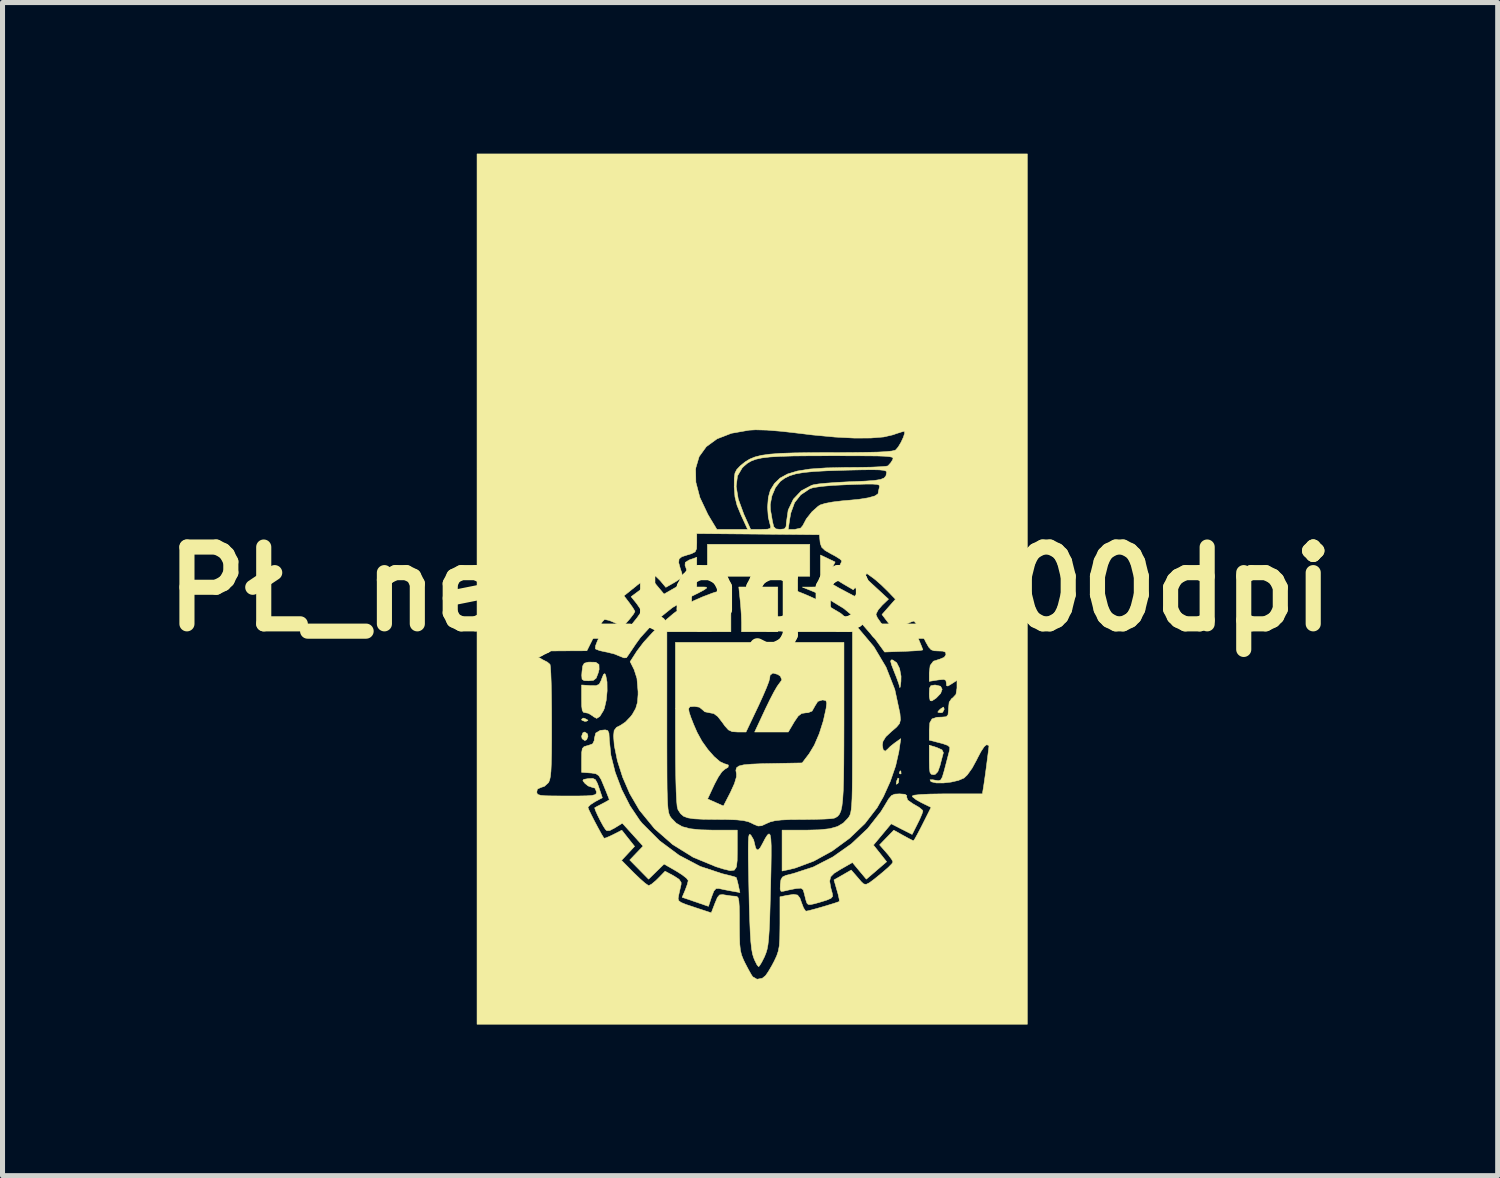
<source format=kicad_pcb>
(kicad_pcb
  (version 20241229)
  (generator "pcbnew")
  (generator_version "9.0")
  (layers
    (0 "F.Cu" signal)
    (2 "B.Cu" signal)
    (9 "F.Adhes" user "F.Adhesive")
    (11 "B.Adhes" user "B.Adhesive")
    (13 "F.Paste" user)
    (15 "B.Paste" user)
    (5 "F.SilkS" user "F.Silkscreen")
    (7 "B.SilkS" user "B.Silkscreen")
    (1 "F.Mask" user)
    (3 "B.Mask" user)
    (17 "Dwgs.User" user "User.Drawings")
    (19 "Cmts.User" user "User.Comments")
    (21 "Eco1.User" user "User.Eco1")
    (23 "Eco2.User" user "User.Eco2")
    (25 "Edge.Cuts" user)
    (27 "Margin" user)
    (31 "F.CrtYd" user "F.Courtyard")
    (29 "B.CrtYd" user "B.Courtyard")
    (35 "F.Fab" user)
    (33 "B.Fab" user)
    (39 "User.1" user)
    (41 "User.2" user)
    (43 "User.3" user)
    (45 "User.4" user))
  (footprint "PŁ_neg_logo_600dpi"
    (layer "F.Cu")
    (at 11.836 8.641)
    (property "Reference" "PŁ_neg_logo_600dpi" (at 0 0 0) (layer "F.SilkS") (effects (font (size 1.524 1.524) (thickness 0.3))))
    (attr through_hole)
    (fp_poly (pts (xy 1.185 -0.254) (xy -0.847 -0.254) (xy -0.847 -0.889) (xy 1.185 -0.889) (xy 1.185 -0.254)) (stroke (width 0.01) (type solid)) (fill yes) (layer "F.SilkS"))
    (fp_poly (pts (xy 2.992 3.612) (xy 2.997 3.663) (xy 2.992 3.669) (xy 2.966 3.663) (xy 2.963 3.641) (xy 2.979 3.606) (xy 2.992 3.612)) (stroke (width 0.01) (type solid)) (fill yes) (layer "F.SilkS"))
    (fp_poly (pts (xy 2.954 3.762) (xy 2.945 3.839) (xy 2.928 3.862) (xy 2.9 3.873) (xy 2.908 3.811) (xy 2.91 3.807) (xy 2.935 3.75) (xy 2.954 3.762)) (stroke (width 0.01) (type solid)) (fill yes) (layer "F.SilkS"))
    (fp_poly (pts (xy -3.281 2.567) (xy -3.225 2.597) (xy -3.217 2.608) (xy -3.252 2.623) (xy -3.281 2.625) (xy -3.337 2.603) (xy -3.344 2.584) (xy -3.313 2.56) (xy -3.281 2.567)) (stroke (width 0.01) (type solid)) (fill yes) (layer "F.SilkS"))
    (fp_poly (pts (xy -3.229 2.872) (xy -3.217 2.921) (xy -3.244 2.99) (xy -3.281 3.006) (xy -3.333 2.97) (xy -3.344 2.921) (xy -3.318 2.852) (xy -3.281 2.836) (xy -3.229 2.872)) (stroke (width 0.01) (type solid)) (fill yes) (layer "F.SilkS"))
    (fp_poly (pts (xy 0.55 0.847) (xy -0.169 0.847) (xy -0.169 0.662) (xy -0.174 0.514) (xy -0.186 0.332) (xy -0.197 0.218) (xy -0.224 -0.042) (xy 0.55 -0.042) (xy 0.55 0.847)) (stroke (width 0.01) (type solid)) (fill yes) (layer "F.SilkS"))
    (fp_poly (pts (xy 3.852 2.38) (xy 3.852 2.387) (xy 3.821 2.446) (xy 3.789 2.455) (xy 3.732 2.447) (xy 3.725 2.439) (xy 3.753 2.403) (xy 3.789 2.371) (xy 3.839 2.341) (xy 3.852 2.38)) (stroke (width 0.01) (type solid)) (fill yes) (layer "F.SilkS"))
    (fp_poly (pts (xy 3.78 1.928) (xy 3.812 1.987) (xy 3.782 2.07) (xy 3.695 2.161) (xy 3.609 2.219) (xy 3.574 2.214) (xy 3.558 2.142) (xy 3.556 2.077) (xy 3.561 1.967) (xy 3.587 1.918) (xy 3.653 1.905) (xy 3.683 1.905) (xy 3.78 1.928)) (stroke (width 0.01) (type solid)) (fill yes) (layer "F.SilkS"))
    (fp_poly (pts (xy 2.829 1.406) (xy 2.909 1.461) (xy 2.967 1.576) (xy 2.996 1.729) (xy 2.994 1.831) (xy 2.983 1.925) (xy 2.973 1.958) (xy 2.97 1.947) (xy 2.95 1.876) (xy 2.907 1.756) (xy 2.86 1.638) (xy 2.808 1.504) (xy 2.789 1.432) (xy 2.801 1.405) (xy 2.829 1.406)) (stroke (width 0.01) (type solid)) (fill yes) (layer "F.SilkS"))
    (fp_poly (pts (xy -3.063 1.452) (xy -2.999 1.497) (xy -2.996 1.594) (xy -3.014 1.663) (xy -3.054 1.767) (xy -3.109 1.811) (xy -3.206 1.82) (xy -3.295 1.816) (xy -3.335 1.788) (xy -3.341 1.712) (xy -3.336 1.64) (xy -3.322 1.526) (xy -3.291 1.472) (xy -3.223 1.452) (xy -3.196 1.449) (xy -3.063 1.452)) (stroke (width 0.01) (type solid)) (fill yes) (layer "F.SilkS"))
    (fp_poly (pts (xy 3.705 3.144) (xy 3.809 3.191) (xy 3.836 3.246) (xy 3.834 3.256) (xy 3.812 3.338) (xy 3.78 3.46) (xy 3.769 3.503) (xy 3.726 3.624) (xy 3.674 3.677) (xy 3.639 3.683) (xy 3.595 3.674) (xy 3.57 3.637) (xy 3.559 3.552) (xy 3.556 3.402) (xy 3.556 3.391) (xy 3.556 3.098) (xy 3.705 3.144)) (stroke (width 0.01) (type solid)) (fill yes) (layer "F.SilkS"))
    (fp_poly (pts (xy -2.865 1.71) (xy -2.839 1.844) (xy -2.837 2.021) (xy -2.855 2.207) (xy -2.891 2.364) (xy -2.91 2.41) (xy -2.982 2.527) (xy -3.044 2.566) (xy -3.108 2.533) (xy -3.124 2.517) (xy -3.211 2.464) (xy -3.261 2.455) (xy -3.306 2.446) (xy -3.331 2.407) (xy -3.342 2.319) (xy -3.344 2.179) (xy -3.344 1.903) (xy -3.169 1.915) (xy -3.056 1.916) (xy -2.995 1.889) (xy -2.956 1.815) (xy -2.944 1.78) (xy -2.908 1.692) (xy -2.883 1.678) (xy -2.865 1.71)) (stroke (width 0.01) (type solid)) (fill yes) (layer "F.SilkS"))
    (fp_poly (pts (xy 1.543 -0.607) (xy 1.688 -0.537) (xy 1.606 -0.376) (xy 1.555 -0.269) (xy 1.527 -0.194) (xy 1.524 -0.182) (xy 1.559 -0.147) (xy 1.651 -0.086) (xy 1.78 -0.012) (xy 1.799 -0.003) (xy 2.073 0.143) (xy 2.211 -0.012) (xy 2.349 -0.167) (xy 2.548 0.016) (xy 2.747 0.2) (xy 2.622 0.32) (xy 2.543 0.411) (xy 2.502 0.49) (xy 2.499 0.505) (xy 2.527 0.571) (xy 2.598 0.672) (xy 2.671 0.759) (xy 2.84 0.946) (xy 3.034 0.852) (xy 3.146 0.801) (xy 3.223 0.773) (xy 3.241 0.772) (xy 3.264 0.815) (xy 3.306 0.907) (xy 3.355 1.021) (xy 3.399 1.126) (xy 3.426 1.196) (xy 3.429 1.207) (xy 3.39 1.215) (xy 3.285 1.224) (xy 3.133 1.232) (xy 3.05 1.235) (xy 2.67 1.249) (xy 2.489 0.999) (xy 2.206 0.673) (xy 1.861 0.385) (xy 1.476 0.15) (xy 1.275 0.057) (xy 1.037 -0.04) (xy 1.397 -0.042) (xy 1.397 -0.676) (xy 1.543 -0.607)) (stroke (width 0.01) (type solid)) (fill yes) (layer "F.SilkS"))
    (fp_poly (pts (xy 0.398 4.88) (xy 0.412 4.957) (xy 0.419 5.094) (xy 0.419 5.296) (xy 0.415 5.571) (xy 0.407 5.923) (xy 0.406 5.952) (xy 0.397 6.298) (xy 0.389 6.57) (xy 0.379 6.78) (xy 0.368 6.938) (xy 0.355 7.057) (xy 0.338 7.148) (xy 0.316 7.221) (xy 0.289 7.288) (xy 0.288 7.292) (xy 0.231 7.405) (xy 0.186 7.478) (xy 0.168 7.493) (xy 0.137 7.457) (xy 0.092 7.367) (xy 0.07 7.313) (xy 0.048 7.24) (xy 0.03 7.139) (xy 0.015 7.001) (xy 0.003 6.816) (xy -0.007 6.574) (xy -0.017 6.265) (xy -0.023 5.969) (xy -0.03 5.625) (xy -0.035 5.357) (xy -0.036 5.158) (xy -0.034 5.017) (xy -0.029 4.927) (xy -0.019 4.88) (xy -0.006 4.867) (xy 0.012 4.88) (xy 0.018 4.887) (xy 0.071 4.977) (xy 0.085 5.035) (xy 0.108 5.13) (xy 0.124 5.16) (xy 0.157 5.179) (xy 0.201 5.134) (xy 0.249 5.047) (xy 0.302 4.946) (xy 0.344 4.881) (xy 0.376 4.857) (xy 0.398 4.88)) (stroke (width 0.01) (type solid)) (fill yes) (layer "F.SilkS"))
    (fp_poly (pts (xy -1.058 -0.042) (xy -0.921 -0.042) (xy -0.868 -0.038) (xy -0.862 -0.021) (xy -0.912 0.015) (xy -1.025 0.076) (xy -1.165 0.145) (xy -1.543 0.368) (xy -1.887 0.645) (xy -2.174 0.959) (xy -2.267 1.087) (xy -2.352 1.214) (xy -2.419 1.313) (xy -2.454 1.362) (xy -2.454 1.362) (xy -2.503 1.365) (xy -2.582 1.333) (xy -2.693 1.288) (xy -2.836 1.252) (xy -2.869 1.246) (xy -2.984 1.221) (xy -3.06 1.192) (xy -3.071 1.182) (xy -3.067 1.126) (xy -3.029 1.027) (xy -3.009 0.986) (xy -2.932 0.844) (xy -2.878 0.765) (xy -2.827 0.74) (xy -2.761 0.758) (xy -2.676 0.8) (xy -2.504 0.887) (xy -2.332 0.681) (xy -2.242 0.569) (xy -2.18 0.48) (xy -2.159 0.439) (xy -2.184 0.385) (xy -2.244 0.297) (xy -2.26 0.276) (xy -2.361 0.151) (xy -2.146 -0.009) (xy -1.932 -0.169) (xy -1.82 -0.035) (xy -1.708 0.099) (xy -1.464 -0.041) (xy -1.324 -0.128) (xy -1.252 -0.204) (xy -1.237 -0.293) (xy -1.271 -0.418) (xy -1.291 -0.471) (xy -1.286 -0.53) (xy -1.21 -0.577) (xy -1.188 -0.585) (xy -1.058 -0.631) (xy -1.058 -0.042)) (stroke (width 0.01) (type solid)) (fill yes) (layer "F.SilkS"))
    (fp_poly (pts (xy 0.878 0.025) (xy 0.965 0.054) (xy 1.106 0.111) (xy 1.277 0.187) (xy 1.394 0.242) (xy 1.798 0.481) (xy 2.154 0.784) (xy 2.457 1.144) (xy 2.698 1.549) (xy 2.872 1.992) (xy 2.973 2.463) (xy 2.976 2.488) (xy 2.984 2.594) (xy 2.966 2.668) (xy 2.908 2.738) (xy 2.811 2.821) (xy 2.694 2.93) (xy 2.637 3.022) (xy 2.625 3.095) (xy 2.641 3.188) (xy 2.681 3.218) (xy 2.729 3.177) (xy 2.779 3.126) (xy 2.865 3.058) (xy 2.873 3.052) (xy 2.991 2.968) (xy 2.952 3.23) (xy 2.889 3.508) (xy 2.783 3.815) (xy 2.647 4.117) (xy 2.521 4.339) (xy 2.279 4.653) (xy 1.976 4.943) (xy 1.632 5.196) (xy 1.265 5.398) (xy 0.895 5.536) (xy 0.773 5.566) (xy 0.635 5.595) (xy 0.635 4.784) (xy 1.102 4.784) (xy 1.376 4.777) (xy 1.581 4.755) (xy 1.734 4.712) (xy 1.849 4.644) (xy 1.94 4.55) (xy 1.963 4.52) (xy 1.981 4.487) (xy 1.996 4.442) (xy 2.007 4.378) (xy 2.016 4.286) (xy 2.023 4.159) (xy 2.027 3.989) (xy 2.03 3.768) (xy 2.031 3.487) (xy 2.032 3.138) (xy 2.032 2.714) (xy 2.032 2.64) (xy 2.032 0.847) (xy 0.707 0.847) (xy 0.735 0.523) (xy 0.748 0.352) (xy 0.758 0.203) (xy 0.762 0.105) (xy 0.762 0.099) (xy 0.773 0.029) (xy 0.823 0.015) (xy 0.878 0.025)) (stroke (width 0.01) (type solid)) (fill yes) (layer "F.SilkS"))
    (fp_poly (pts (xy 3.073 4.072) (xy 3.111 4.099) (xy 3.107 4.125) (xy 3.127 4.187) (xy 3.23 4.26) (xy 3.256 4.274) (xy 3.359 4.335) (xy 3.421 4.388) (xy 3.429 4.405) (xy 3.411 4.464) (xy 3.365 4.571) (xy 3.322 4.658) (xy 3.216 4.869) (xy 3.008 4.764) (xy 2.8 4.658) (xy 2.624 4.869) (xy 2.448 5.08) (xy 2.579 5.245) (xy 2.71 5.411) (xy 2.509 5.584) (xy 2.307 5.757) (xy 2.169 5.592) (xy 2.031 5.426) (xy 1.797 5.56) (xy 1.669 5.639) (xy 1.599 5.71) (xy 1.579 5.796) (xy 1.6 5.923) (xy 1.632 6.04) (xy 1.639 6.096) (xy 1.606 6.136) (xy 1.519 6.173) (xy 1.436 6.199) (xy 1.288 6.242) (xy 1.201 6.261) (xy 1.155 6.259) (xy 1.132 6.237) (xy 1.129 6.234) (xy 1.108 6.174) (xy 1.082 6.07) (xy 1.08 6.06) (xy 1.054 5.968) (xy 1.012 5.935) (xy 0.922 5.942) (xy 0.895 5.946) (xy 0.77 5.971) (xy 0.671 5.994) (xy 0.664 5.996) (xy 0.615 5.999) (xy 0.597 5.956) (xy 0.6 5.859) (xy 0.612 5.769) (xy 0.642 5.715) (xy 0.711 5.681) (xy 0.841 5.649) (xy 0.85 5.647) (xy 1.25 5.517) (xy 1.642 5.316) (xy 2.009 5.057) (xy 2.333 4.753) (xy 2.597 4.417) (xy 2.674 4.292) (xy 2.749 4.166) (xy 2.807 4.097) (xy 2.872 4.069) (xy 2.966 4.064) (xy 3.073 4.072)) (stroke (width 0.01) (type solid)) (fill yes) (layer "F.SilkS"))
    (fp_poly (pts (xy -0.416 0.013) (xy -0.396 0.062) (xy -0.386 0.16) (xy -0.381 0.323) (xy -0.381 0.423) (xy -0.381 0.847) (xy -1.651 0.847) (xy -1.651 2.64) (xy -1.651 3.077) (xy -1.65 3.436) (xy -1.649 3.727) (xy -1.647 3.958) (xy -1.642 4.136) (xy -1.636 4.269) (xy -1.628 4.365) (xy -1.617 4.433) (xy -1.602 4.481) (xy -1.585 4.515) (xy -1.563 4.545) (xy -1.559 4.55) (xy -1.465 4.646) (xy -1.35 4.713) (xy -1.196 4.755) (xy -0.989 4.777) (xy -0.721 4.784) (xy -0.254 4.784) (xy -0.254 5.186) (xy -0.256 5.387) (xy -0.271 5.514) (xy -0.312 5.577) (xy -0.394 5.588) (xy -0.53 5.555) (xy -0.677 5.509) (xy -1.128 5.323) (xy -1.537 5.069) (xy -1.896 4.754) (xy -2.196 4.387) (xy -2.389 4.057) (xy -2.529 3.733) (xy -2.633 3.407) (xy -2.695 3.103) (xy -2.709 2.916) (xy -2.698 2.806) (xy -2.65 2.743) (xy -2.578 2.708) (xy -2.474 2.639) (xy -2.369 2.529) (xy -2.335 2.484) (xy -2.269 2.367) (xy -2.235 2.25) (xy -2.223 2.095) (xy -2.223 2.035) (xy -2.245 1.773) (xy -2.301 1.598) (xy -2.38 1.44) (xy -2.246 1.231) (xy -2.114 1.057) (xy -1.933 0.859) (xy -1.725 0.659) (xy -1.513 0.479) (xy -1.319 0.339) (xy -1.267 0.307) (xy -1.114 0.229) (xy -0.932 0.15) (xy -0.748 0.08) (xy -0.585 0.027) (xy -0.466 0.001) (xy -0.446 0) (xy -0.416 0.013)) (stroke (width 0.01) (type solid)) (fill yes) (layer "F.SilkS"))
    (fp_poly (pts (xy -2.825 2.807) (xy -2.801 2.86) (xy -2.794 2.973) (xy -2.793 2.995) (xy -2.762 3.3) (xy -2.677 3.636) (xy -2.547 3.979) (xy -2.382 4.304) (xy -2.192 4.587) (xy -2.143 4.648) (xy -1.794 4.997) (xy -1.406 5.285) (xy -0.989 5.504) (xy -0.557 5.647) (xy -0.557 5.647) (xy -0.417 5.681) (xy -0.316 5.708) (xy -0.276 5.723) (xy -0.26 5.769) (xy -0.236 5.864) (xy -0.233 5.879) (xy -0.202 6.022) (xy -0.366 5.993) (xy -0.497 5.968) (xy -0.605 5.945) (xy -0.616 5.942) (xy -0.675 5.943) (xy -0.719 5.992) (xy -0.763 6.106) (xy -0.764 6.109) (xy -0.826 6.296) (xy -1.087 6.206) (xy -1.348 6.117) (xy -1.288 5.975) (xy -1.248 5.867) (xy -1.228 5.789) (xy -1.228 5.783) (xy -1.262 5.737) (xy -1.351 5.668) (xy -1.467 5.595) (xy -1.707 5.457) (xy -1.861 5.607) (xy -2.014 5.757) (xy -2.201 5.567) (xy -2.388 5.377) (xy -2.256 5.239) (xy -2.124 5.101) (xy -2.535 4.646) (xy -2.68 4.736) (xy -2.783 4.791) (xy -2.843 4.794) (xy -2.868 4.773) (xy -2.913 4.704) (xy -2.97 4.6) (xy -3.026 4.488) (xy -3.068 4.394) (xy -3.084 4.343) (xy -3.083 4.34) (xy -3.04 4.315) (xy -2.951 4.269) (xy -2.932 4.259) (xy -2.842 4.211) (xy -2.796 4.182) (xy -2.794 4.179) (xy -2.809 4.138) (xy -2.847 4.041) (xy -2.898 3.916) (xy -2.956 3.778) (xy -3.004 3.701) (xy -3.06 3.665) (xy -3.143 3.651) (xy -3.173 3.649) (xy -3.344 3.636) (xy -3.344 3.383) (xy -3.342 3.242) (xy -3.329 3.164) (xy -3.294 3.127) (xy -3.229 3.107) (xy -3.217 3.105) (xy -3.125 3.072) (xy -3.093 3.006) (xy -3.09 2.963) (xy -3.063 2.857) (xy -2.974 2.804) (xy -2.875 2.794) (xy -2.825 2.807)) (stroke (width 0.01) (type solid)) (fill yes) (layer "F.SilkS"))
    (fp_poly (pts (xy 1.863 2.669) (xy 1.862 3.108) (xy 1.86 3.471) (xy 1.856 3.764) (xy 1.849 3.996) (xy 1.838 4.174) (xy 1.823 4.306) (xy 1.802 4.401) (xy 1.774 4.465) (xy 1.74 4.507) (xy 1.698 4.534) (xy 1.67 4.546) (xy 1.604 4.556) (xy 1.471 4.564) (xy 1.29 4.569) (xy 1.079 4.572) (xy 1.043 4.572) (xy 0.797 4.574) (xy 0.62 4.582) (xy 0.492 4.597) (xy 0.397 4.621) (xy 0.333 4.649) (xy 0.231 4.696) (xy 0.159 4.702) (xy 0.075 4.668) (xy 0.039 4.649) (xy -0.037 4.616) (xy -0.132 4.594) (xy -0.262 4.58) (xy -0.445 4.573) (xy -0.677 4.571) (xy -0.928 4.568) (xy -1.109 4.559) (xy -1.235 4.54) (xy -1.32 4.508) (xy -1.379 4.457) (xy -1.426 4.386) (xy -1.432 4.374) (xy -1.447 4.316) (xy -1.458 4.198) (xy -1.467 4.016) (xy -1.474 3.765) (xy -1.479 3.442) (xy -1.481 3.041) (xy -1.482 2.67) (xy -1.482 2.371) (xy -1.221 2.371) (xy -1.209 2.445) (xy -1.177 2.541) (xy -1.121 2.684) (xy -1.052 2.842) (xy -1.049 2.848) (xy -0.956 3.018) (xy -0.839 3.182) (xy -0.715 3.323) (xy -0.597 3.425) (xy -0.5 3.47) (xy -0.488 3.471) (xy -0.43 3.492) (xy -0.437 3.536) (xy -0.502 3.575) (xy -0.559 3.625) (xy -0.632 3.732) (xy -0.709 3.877) (xy -0.711 3.882) (xy -0.843 4.165) (xy -0.686 4.235) (xy -0.529 4.305) (xy -0.388 4.031) (xy -0.31 3.859) (xy -0.271 3.727) (xy -0.27 3.667) (xy -0.282 3.597) (xy -0.269 3.546) (xy -0.221 3.511) (xy -0.127 3.488) (xy 0.025 3.474) (xy 0.243 3.465) (xy 0.402 3.462) (xy 1.033 3.45) (xy 1.172 3.268) (xy 1.275 3.097) (xy 1.373 2.869) (xy 1.454 2.614) (xy 1.509 2.365) (xy 1.521 2.259) (xy 1.504 2.213) (xy 1.448 2.201) (xy 1.433 2.201) (xy 1.344 2.229) (xy 1.285 2.323) (xy 1.283 2.328) (xy 1.23 2.421) (xy 1.149 2.454) (xy 1.108 2.455) (xy 1.023 2.468) (xy 0.955 2.52) (xy 0.88 2.629) (xy 0.87 2.646) (xy 0.758 2.836) (xy 0.091 2.836) (xy 0.303 2.381) (xy 0.392 2.198) (xy 0.473 2.042) (xy 0.538 1.93) (xy 0.575 1.879) (xy 0.631 1.803) (xy 0.602 1.73) (xy 0.549 1.693) (xy 0.452 1.666) (xy 0.397 1.709) (xy 0.389 1.768) (xy 0.373 1.833) (xy 0.326 1.956) (xy 0.255 2.121) (xy 0.168 2.312) (xy 0.155 2.339) (xy -0.081 2.836) (xy -0.25 2.836) (xy -0.355 2.829) (xy -0.429 2.795) (xy -0.501 2.715) (xy -0.55 2.646) (xy -0.642 2.528) (xy -0.721 2.47) (xy -0.802 2.455) (xy -0.899 2.435) (xy -0.947 2.392) (xy -1.006 2.344) (xy -1.104 2.328) (xy -1.194 2.335) (xy -1.221 2.371) (xy -1.482 2.371) (xy -1.482 1.058) (xy 1.863 1.058) (xy 1.863 2.669)) (stroke (width 0.01) (type solid)) (fill yes) (layer "F.SilkS"))
    (fp_poly (pts (xy 5.503 8.636) (xy -5.419 8.636) (xy -5.419 1.292) (xy -4.233 1.292) (xy -4.198 1.352) (xy -4.118 1.401) (xy -4.023 1.449) (xy -3.97 1.495) (xy -3.962 1.549) (xy -3.954 1.677) (xy -3.947 1.865) (xy -3.942 2.103) (xy -3.939 2.378) (xy -3.938 2.647) (xy -3.938 2.991) (xy -3.94 3.26) (xy -3.945 3.464) (xy -3.952 3.614) (xy -3.963 3.719) (xy -3.978 3.789) (xy -3.997 3.834) (xy -4.003 3.843) (xy -4.081 3.914) (xy -4.151 3.937) (xy -4.22 3.968) (xy -4.233 4.022) (xy -4.229 4.055) (xy -4.207 4.078) (xy -4.155 4.093) (xy -4.059 4.102) (xy -3.907 4.105) (xy -3.685 4.106) (xy -3.641 4.106) (xy -3.406 4.106) (xy -3.243 4.103) (xy -3.139 4.095) (xy -3.08 4.081) (xy -3.054 4.06) (xy -3.048 4.028) (xy -3.048 4.022) (xy -3.078 3.95) (xy -3.126 3.937) (xy -3.214 3.907) (xy -3.276 3.857) (xy -3.319 3.803) (xy -3.303 3.777) (xy -3.217 3.762) (xy -3.207 3.761) (xy -3.121 3.757) (xy -3.069 3.782) (xy -3.029 3.857) (xy -2.999 3.943) (xy -2.932 4.141) (xy -3.075 4.218) (xy -3.167 4.277) (xy -3.215 4.326) (xy -3.217 4.334) (xy -3.199 4.382) (xy -3.151 4.481) (xy -3.086 4.609) (xy -3.015 4.742) (xy -2.952 4.858) (xy -2.906 4.933) (xy -2.898 4.945) (xy -2.857 4.936) (xy -2.768 4.897) (xy -2.716 4.872) (xy -2.546 4.785) (xy -2.419 4.946) (xy -2.292 5.106) (xy -2.421 5.245) (xy -2.551 5.384) (xy -2.304 5.634) (xy -2.184 5.749) (xy -2.084 5.837) (xy -2.02 5.881) (xy -2.01 5.884) (xy -1.955 5.856) (xy -1.87 5.785) (xy -1.825 5.741) (xy -1.687 5.599) (xy -1.519 5.689) (xy -1.41 5.759) (xy -1.368 5.822) (xy -1.369 5.863) (xy -1.393 5.967) (xy -1.417 6.075) (xy -1.428 6.138) (xy -1.418 6.182) (xy -1.372 6.218) (xy -1.275 6.258) (xy -1.112 6.312) (xy -1.108 6.314) (xy -0.77 6.425) (xy -0.697 6.235) (xy -0.649 6.121) (xy -0.606 6.07) (xy -0.545 6.063) (xy -0.498 6.071) (xy -0.378 6.089) (xy -0.291 6.096) (xy -0.259 6.102) (xy -0.236 6.128) (xy -0.223 6.189) (xy -0.215 6.297) (xy -0.212 6.466) (xy -0.212 6.648) (xy -0.21 6.879) (xy -0.205 7.045) (xy -0.192 7.167) (xy -0.169 7.263) (xy -0.133 7.353) (xy -0.101 7.42) (xy -0.033 7.55) (xy 0.025 7.653) (xy 0.053 7.694) (xy 0.138 7.743) (xy 0.241 7.724) (xy 0.306 7.673) (xy 0.361 7.594) (xy 0.433 7.471) (xy 0.482 7.378) (xy 0.529 7.277) (xy 0.56 7.184) (xy 0.58 7.078) (xy 0.589 6.939) (xy 0.592 6.745) (xy 0.593 6.632) (xy 0.593 6.107) (xy 0.725 6.08) (xy 0.862 6.059) (xy 0.942 6.072) (xy 0.989 6.132) (xy 1.021 6.223) (xy 1.061 6.328) (xy 1.1 6.387) (xy 1.111 6.392) (xy 1.167 6.381) (xy 1.276 6.352) (xy 1.415 6.313) (xy 1.558 6.27) (xy 1.681 6.232) (xy 1.758 6.205) (xy 1.771 6.199) (xy 1.769 6.155) (xy 1.747 6.056) (xy 1.725 5.98) (xy 1.665 5.772) (xy 2.007 5.576) (xy 2.146 5.736) (xy 2.208 5.809) (xy 2.255 5.852) (xy 2.303 5.86) (xy 2.367 5.829) (xy 2.465 5.756) (xy 2.612 5.636) (xy 2.635 5.617) (xy 2.741 5.525) (xy 2.814 5.451) (xy 2.836 5.416) (xy 2.811 5.365) (xy 2.745 5.277) (xy 2.703 5.228) (xy 2.57 5.076) (xy 2.711 4.93) (xy 2.852 4.785) (xy 3.04 4.89) (xy 3.15 4.95) (xy 3.225 4.988) (xy 3.243 4.995) (xy 3.268 4.96) (xy 3.32 4.866) (xy 3.391 4.731) (xy 3.425 4.664) (xy 3.592 4.332) (xy 3.405 4.241) (xy 3.296 4.18) (xy 3.229 4.127) (xy 3.217 4.107) (xy 3.259 4.09) (xy 3.38 4.077) (xy 3.574 4.068) (xy 3.838 4.064) (xy 3.914 4.064) (xy 4.61 4.064) (xy 4.633 3.926) (xy 4.647 3.832) (xy 4.667 3.692) (xy 4.689 3.529) (xy 4.71 3.366) (xy 4.728 3.226) (xy 4.739 3.133) (xy 4.741 3.108) (xy 4.708 3.092) (xy 4.688 3.091) (xy 4.646 3.127) (xy 4.583 3.222) (xy 4.512 3.356) (xy 4.5 3.382) (xy 4.407 3.553) (xy 4.312 3.686) (xy 4.246 3.749) (xy 4.137 3.796) (xy 3.99 3.83) (xy 3.834 3.848) (xy 3.694 3.847) (xy 3.6 3.825) (xy 3.586 3.815) (xy 3.571 3.785) (xy 3.625 3.784) (xy 3.668 3.792) (xy 3.738 3.803) (xy 3.783 3.788) (xy 3.815 3.732) (xy 3.849 3.617) (xy 3.867 3.549) (xy 3.907 3.396) (xy 3.941 3.265) (xy 3.96 3.194) (xy 3.964 3.14) (xy 3.925 3.103) (xy 3.827 3.068) (xy 3.77 3.053) (xy 3.556 2.998) (xy 3.556 2.795) (xy 3.567 2.653) (xy 3.611 2.576) (xy 3.708 2.544) (xy 3.813 2.54) (xy 3.893 2.533) (xy 3.928 2.495) (xy 3.937 2.403) (xy 3.937 2.372) (xy 3.951 2.244) (xy 4.001 2.172) (xy 4.022 2.159) (xy 4.086 2.09) (xy 4.106 1.965) (xy 4.106 1.962) (xy 4.106 1.811) (xy 4 1.88) (xy 3.926 1.924) (xy 3.899 1.916) (xy 3.895 1.863) (xy 3.885 1.81) (xy 3.841 1.792) (xy 3.74 1.802) (xy 3.725 1.804) (xy 3.556 1.831) (xy 3.556 1.662) (xy 3.574 1.516) (xy 3.638 1.431) (xy 3.76 1.392) (xy 3.767 1.39) (xy 3.854 1.353) (xy 3.887 1.302) (xy 3.88 1.253) (xy 3.823 1.231) (xy 3.737 1.228) (xy 3.653 1.224) (xy 3.594 1.204) (xy 3.544 1.15) (xy 3.486 1.048) (xy 3.429 0.931) (xy 3.357 0.791) (xy 3.295 0.687) (xy 3.255 0.637) (xy 3.25 0.635) (xy 3.193 0.653) (xy 3.092 0.698) (xy 3.048 0.72) (xy 2.944 0.771) (xy 2.875 0.801) (xy 2.864 0.804) (xy 2.83 0.774) (xy 2.765 0.697) (xy 2.732 0.655) (xy 2.618 0.505) (xy 2.885 0.201) (xy 2.723 0.033) (xy 2.606 -0.081) (xy 2.489 -0.184) (xy 2.44 -0.222) (xy 2.318 -0.309) (xy 2.183 -0.148) (xy 2.048 0.013) (xy 1.849 -0.103) (xy 1.74 -0.17) (xy 1.668 -0.22) (xy 1.651 -0.236) (xy 1.671 -0.279) (xy 1.72 -0.365) (xy 1.736 -0.391) (xy 1.79 -0.488) (xy 1.819 -0.553) (xy 1.82 -0.56) (xy 1.786 -0.595) (xy 1.697 -0.651) (xy 1.611 -0.697) (xy 1.487 -0.768) (xy 1.421 -0.831) (xy 1.393 -0.909) (xy 1.389 -0.941) (xy 1.376 -1.079) (xy 0.159 -1.091) (xy -1.058 -1.102) (xy -1.058 -0.916) (xy -1.062 -0.802) (xy -1.089 -0.741) (xy -1.16 -0.703) (xy -1.248 -0.677) (xy -1.355 -0.642) (xy -1.409 -0.598) (xy -1.417 -0.525) (xy -1.384 -0.404) (xy -1.354 -0.318) (xy -1.349 -0.257) (xy -1.395 -0.2) (xy -1.498 -0.134) (xy -1.672 -0.035) (xy -1.786 -0.171) (xy -1.869 -0.252) (xy -1.94 -0.286) (xy -1.955 -0.284) (xy -2.014 -0.247) (xy -2.117 -0.172) (xy -2.244 -0.075) (xy -2.257 -0.064) (xy -2.503 0.133) (xy -2.395 0.275) (xy -2.327 0.37) (xy -2.289 0.435) (xy -2.286 0.447) (xy -2.312 0.494) (xy -2.376 0.577) (xy -2.406 0.613) (xy -2.527 0.75) (xy -2.685 0.668) (xy -2.795 0.622) (xy -2.878 0.604) (xy -2.893 0.606) (xy -2.934 0.651) (xy -2.998 0.753) (xy -3.074 0.891) (xy -3.09 0.925) (xy -3.239 1.224) (xy -3.736 1.226) (xy -3.952 1.228) (xy -4.096 1.235) (xy -4.183 1.247) (xy -4.224 1.267) (xy -4.233 1.292) (xy -5.419 1.292) (xy -5.419 -2.393) (xy -1.081 -2.393) (xy -1.076 -2.121) (xy -0.996 -1.817) (xy -0.838 -1.483) (xy -0.794 -1.408) (xy -0.659 -1.185) (xy -0.048 -1.185) (xy -0.18 -1.471) (xy -0.259 -1.663) (xy -0.3 -1.829) (xy -0.315 -2.016) (xy -0.315 -2.039) (xy -0.276 -2.039) (xy -0.235 -1.788) (xy -0.127 -1.493) (xy -0.127 -1.492) (xy 0.011 -1.185) (xy 0.222 -1.185) (xy 0.346 -1.189) (xy 0.402 -1.205) (xy 0.409 -1.24) (xy 0.403 -1.259) (xy 0.361 -1.427) (xy 0.347 -1.626) (xy 0.351 -1.676) (xy 0.4 -1.676) (xy 0.404 -1.574) (xy 0.42 -1.486) (xy 0.441 -1.362) (xy 0.444 -1.344) (xy 0.469 -1.239) (xy 0.512 -1.195) (xy 0.595 -1.185) (xy 0.757 -1.185) (xy 0.888 -1.185) (xy 1.003 -1.21) (xy 1.045 -1.259) (xy 1.117 -1.394) (xy 1.228 -1.534) (xy 1.35 -1.643) (xy 1.393 -1.67) (xy 1.488 -1.7) (xy 1.641 -1.729) (xy 1.825 -1.751) (xy 1.91 -1.758) (xy 2.154 -1.781) (xy 2.347 -1.812) (xy 2.478 -1.849) (xy 2.538 -1.89) (xy 2.541 -1.9) (xy 2.551 -1.958) (xy 2.564 -2.011) (xy 2.57 -2.043) (xy 2.558 -2.065) (xy 2.518 -2.078) (xy 2.436 -2.084) (xy 2.301 -2.084) (xy 2.101 -2.078) (xy 1.939 -2.072) (xy 1.644 -2.058) (xy 1.414 -2.038) (xy 1.256 -2.014) (xy 1.185 -1.992) (xy 1.004 -1.87) (xy 0.883 -1.716) (xy 0.809 -1.512) (xy 0.786 -1.386) (xy 0.757 -1.185) (xy 0.595 -1.185) (xy 0.682 -1.195) (xy 0.715 -1.243) (xy 0.72 -1.318) (xy 0.756 -1.568) (xy 0.859 -1.784) (xy 1.018 -1.952) (xy 1.223 -2.06) (xy 1.259 -2.07) (xy 1.359 -2.087) (xy 1.524 -2.103) (xy 1.731 -2.118) (xy 1.962 -2.13) (xy 2.028 -2.132) (xy 2.283 -2.143) (xy 2.465 -2.156) (xy 2.587 -2.175) (xy 2.66 -2.205) (xy 2.696 -2.247) (xy 2.708 -2.306) (xy 2.709 -2.323) (xy 2.696 -2.343) (xy 2.652 -2.357) (xy 2.565 -2.366) (xy 2.427 -2.369) (xy 2.226 -2.367) (xy 1.953 -2.361) (xy 1.873 -2.359) (xy 1.535 -2.348) (xy 1.269 -2.334) (xy 1.064 -2.314) (xy 0.907 -2.287) (xy 0.786 -2.25) (xy 0.688 -2.202) (xy 0.602 -2.139) (xy 0.597 -2.135) (xy 0.503 -2.015) (xy 0.433 -1.849) (xy 0.4 -1.676) (xy 0.351 -1.676) (xy 0.362 -1.819) (xy 0.402 -1.962) (xy 0.484 -2.096) (xy 0.595 -2.203) (xy 0.743 -2.284) (xy 0.938 -2.343) (xy 1.189 -2.383) (xy 1.504 -2.405) (xy 1.894 -2.414) (xy 1.946 -2.414) (xy 2.19 -2.416) (xy 2.406 -2.42) (xy 2.579 -2.428) (xy 2.694 -2.437) (xy 2.735 -2.445) (xy 2.791 -2.506) (xy 2.826 -2.561) (xy 2.836 -2.585) (xy 2.835 -2.604) (xy 2.812 -2.619) (xy 2.76 -2.629) (xy 2.669 -2.637) (xy 2.531 -2.642) (xy 2.339 -2.644) (xy 2.082 -2.645) (xy 1.753 -2.646) (xy 1.594 -2.646) (xy 1.191 -2.645) (xy 0.863 -2.642) (xy 0.601 -2.634) (xy 0.394 -2.622) (xy 0.235 -2.603) (xy 0.113 -2.576) (xy 0.019 -2.54) (xy -0.058 -2.494) (xy -0.125 -2.436) (xy -0.157 -2.404) (xy -0.25 -2.246) (xy -0.276 -2.039) (xy -0.315 -2.039) (xy -0.315 -2.046) (xy -0.314 -2.203) (xy -0.3 -2.302) (xy -0.265 -2.372) (xy -0.201 -2.439) (xy -0.182 -2.457) (xy -0.098 -2.524) (xy -0.009 -2.579) (xy 0.096 -2.622) (xy 0.227 -2.655) (xy 0.394 -2.678) (xy 0.605 -2.694) (xy 0.872 -2.703) (xy 1.204 -2.708) (xy 1.608 -2.709) (xy 1.991 -2.71) (xy 2.296 -2.714) (xy 2.53 -2.719) (xy 2.7 -2.728) (xy 2.814 -2.74) (xy 2.877 -2.755) (xy 2.89 -2.762) (xy 2.941 -2.822) (xy 2.996 -2.914) (xy 3.042 -3.013) (xy 3.068 -3.094) (xy 3.062 -3.132) (xy 3.059 -3.132) (xy 3.003 -3.118) (xy 2.898 -3.084) (xy 2.836 -3.062) (xy 2.651 -3.019) (xy 2.392 -2.998) (xy 2.067 -2.997) (xy 1.683 -3.017) (xy 1.249 -3.058) (xy 0.995 -3.089) (xy 0.629 -3.131) (xy 0.337 -3.155) (xy 0.108 -3.161) (xy -0.018 -3.154) (xy -0.371 -3.092) (xy -0.655 -2.982) (xy -0.869 -2.826) (xy -1.011 -2.629) (xy -1.081 -2.393) (xy -5.419 -2.393) (xy -5.419 -8.636) (xy 5.503 -8.636) (xy 5.503 8.636)) (stroke (width 0.01) (type solid)) (fill yes) (layer "F.SilkS")))
  (gr_rect
    (start -3 -3)
    (end 26.673 20.282)
    (stroke (width 0.1) (type default))
    (fill no)
    (layer "Edge.Cuts")))
</source>
